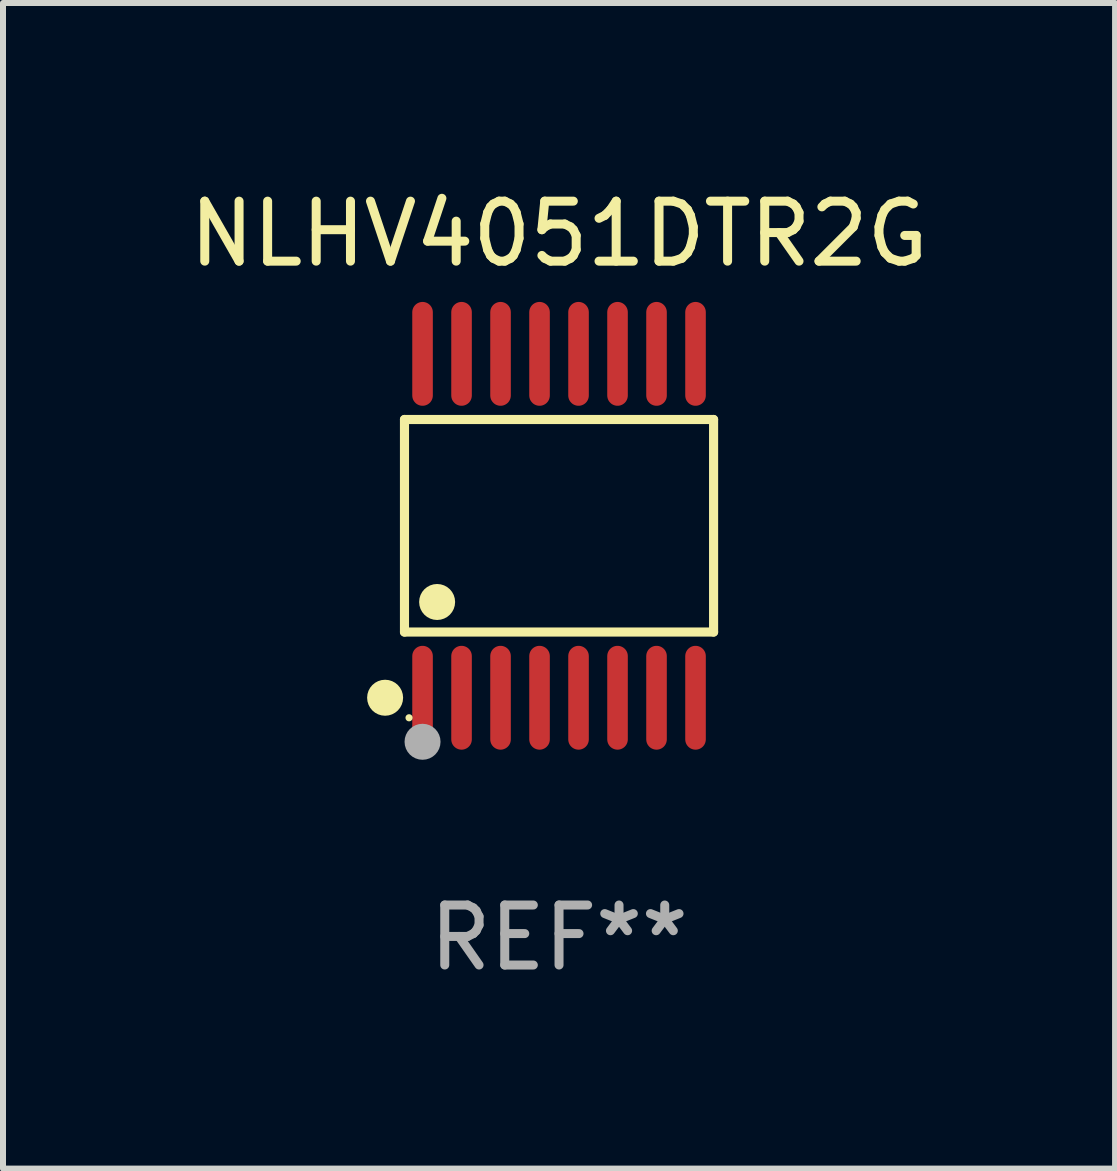
<source format=kicad_pcb>
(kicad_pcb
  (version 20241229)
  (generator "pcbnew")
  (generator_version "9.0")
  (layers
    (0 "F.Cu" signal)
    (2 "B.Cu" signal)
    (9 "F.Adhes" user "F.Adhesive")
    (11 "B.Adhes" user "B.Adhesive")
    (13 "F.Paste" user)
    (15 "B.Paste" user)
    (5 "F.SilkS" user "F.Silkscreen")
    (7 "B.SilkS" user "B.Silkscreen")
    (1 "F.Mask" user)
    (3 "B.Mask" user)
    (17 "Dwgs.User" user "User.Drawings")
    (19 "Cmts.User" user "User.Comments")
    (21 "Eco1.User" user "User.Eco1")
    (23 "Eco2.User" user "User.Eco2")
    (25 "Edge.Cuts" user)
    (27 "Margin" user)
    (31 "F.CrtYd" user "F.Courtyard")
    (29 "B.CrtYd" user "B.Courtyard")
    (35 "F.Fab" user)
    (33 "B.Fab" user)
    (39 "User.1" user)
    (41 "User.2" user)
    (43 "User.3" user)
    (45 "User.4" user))
  (footprint "NLHV4051DTR2G"
    (layer "F.Cu")
    (at 6.268 5.714)
    (property "Reference" "NLHV4051DTR2G" (at 0 -4.866 0) (layer "F.SilkS") (effects (font (size 1 1) (thickness 0.15))))
    (attr through_hole)
    (fp_line (start -2.576 -1.772) (end 2.576 -1.772) (stroke (width 0.152) (type solid)) (layer "F.SilkS"))
    (fp_line (start -2.576 1.771) (end -2.576 -1.772) (stroke (width 0.152) (type solid)) (layer "F.SilkS"))
    (fp_line (start 2.576 -1.772) (end 2.576 1.771) (stroke (width 0.152) (type solid)) (layer "F.SilkS"))
    (fp_line (start 2.576 1.771) (end -2.576 1.771) (stroke (width 0.152) (type solid)) (layer "F.SilkS"))
    (fp_circle (center -2.899 2.866) (end -2.749 2.866) (stroke (width 0.3) (type solid)) (fill no) (layer "F.SilkS"))
    (fp_circle (center -2.5 3.2) (end -2.47 3.2) (stroke (width 0.06) (type solid)) (fill no) (layer "F.SilkS"))
    (fp_circle (center -2.032 1.27) (end -1.882 1.27) (stroke (width 0.3) (type solid)) (fill no) (layer "F.SilkS"))
    (fp_circle (center -2.275 3.6) (end -2.125 3.6) (stroke (width 0.3) (type solid)) (fill no) (layer "F.Fab"))
    (fp_text user "REF**" (at 0 6.866 0) (layer "F.Fab") (effects (font (size 1 1) (thickness 0.15))))
    (pad "1" smd oval (at -2.275 2.866) (size 0.343 1.731) (layers "F.Cu" "F.Mask" "F.Paste"))
    (pad "2" smd oval (at -1.625 2.866) (size 0.343 1.731) (layers "F.Cu" "F.Mask" "F.Paste"))
    (pad "3" smd oval (at -0.975 2.866) (size 0.343 1.731) (layers "F.Cu" "F.Mask" "F.Paste"))
    (pad "4" smd oval (at -0.325 2.866) (size 0.343 1.731) (layers "F.Cu" "F.Mask" "F.Paste"))
    (pad "5" smd oval (at 0.325 2.866) (size 0.343 1.731) (layers "F.Cu" "F.Mask" "F.Paste"))
    (pad "6" smd oval (at 0.975 2.866) (size 0.343 1.731) (layers "F.Cu" "F.Mask" "F.Paste"))
    (pad "7" smd oval (at 1.625 2.866) (size 0.343 1.731) (layers "F.Cu" "F.Mask" "F.Paste"))
    (pad "8" smd oval (at 2.275 2.866) (size 0.343 1.731) (layers "F.Cu" "F.Mask" "F.Paste"))
    (pad "9" smd oval (at 2.275 -2.866) (size 0.343 1.731) (layers "F.Cu" "F.Mask" "F.Paste"))
    (pad "10" smd oval (at 1.625 -2.866) (size 0.343 1.731) (layers "F.Cu" "F.Mask" "F.Paste"))
    (pad "11" smd oval (at 0.975 -2.866) (size 0.343 1.731) (layers "F.Cu" "F.Mask" "F.Paste"))
    (pad "12" smd oval (at 0.325 -2.866) (size 0.343 1.731) (layers "F.Cu" "F.Mask" "F.Paste"))
    (pad "13" smd oval (at -0.325 -2.866) (size 0.343 1.731) (layers "F.Cu" "F.Mask" "F.Paste"))
    (pad "14" smd oval (at -0.975 -2.866) (size 0.343 1.731) (layers "F.Cu" "F.Mask" "F.Paste"))
    (pad "15" smd oval (at -1.625 -2.866) (size 0.343 1.731) (layers "F.Cu" "F.Mask" "F.Paste"))
    (pad "16" smd oval (at -2.275 -2.866) (size 0.343 1.731) (layers "F.Cu" "F.Mask" "F.Paste")))
  (gr_rect
    (start -3 -3)
    (end 15.536 16.428)
    (stroke (width 0.1) (type default))
    (fill no)
    (layer "Edge.Cuts")))
</source>
